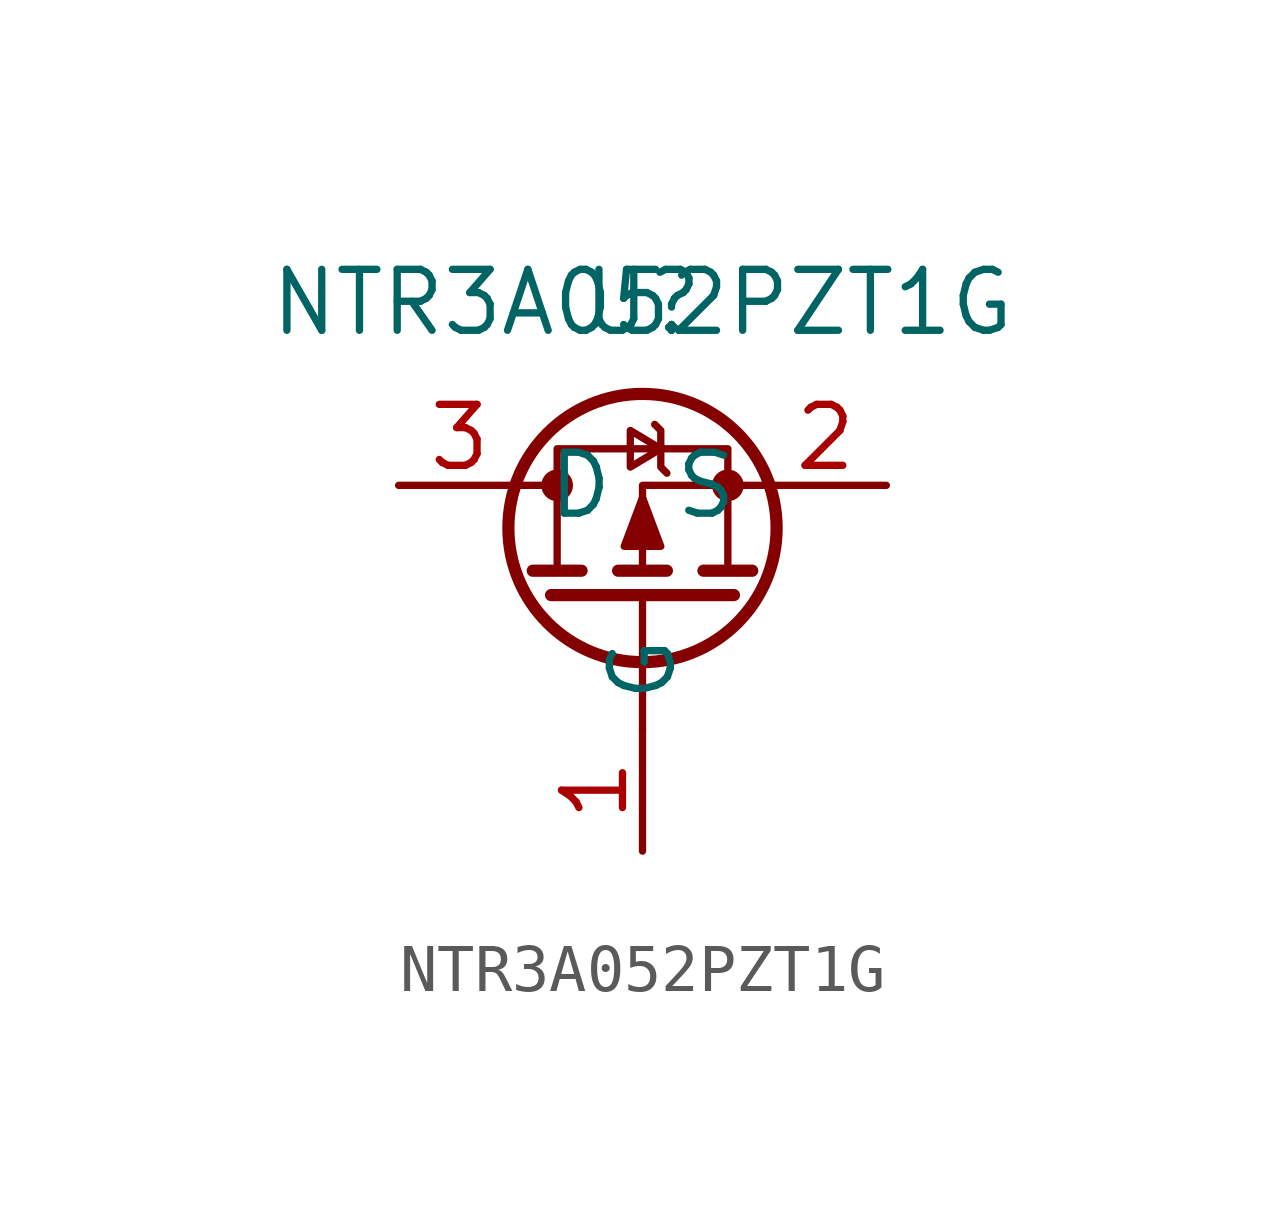
<source format=kicad_sym>
(kicad_symbol_lib
  (version 20211014)
  (generator kicad_symbol_editor)
  (symbol "NTR3A052PZT1G"
    (property "Reference" "U"
      (at 0 0 0)
      (effects (font (size 1.27 1.27))))
    (property "Value" "NTR3A052PZT1G"
      (at 0 0 0)
      (effects (font (size 1.27 1.27))))
    (symbol "NTR3A052PZT1G_0_1"
      (circle (center -1.778 -3.81) (radius 0.254) (stroke (width 0) (type default) (color 0 0 0 0)) (fill (type outline)))
      (circle (center 0 -4.699) (radius 2.794) (stroke (width 0.254) (type default) (color 0 0 0 0)) (fill (type none)))
      (polyline (pts (xy -2.54 -3.81) (xy -1.778 -3.81)) (stroke (width 0) (type default) (color 0 0 0 0)) (fill (type none)))
      (polyline (pts (xy -2.286 -5.588) (xy -1.27 -5.588)) (stroke (width 0.254) (type default) (color 0 0 0 0)) (fill (type none)))
      (polyline (pts (xy -1.905 -6.096) (xy 1.905 -6.096)) (stroke (width 0.254) (type default) (color 0 0 0 0)) (fill (type none)))
      (polyline (pts (xy -0.508 -5.588) (xy 0.508 -5.588)) (stroke (width 0.254) (type default) (color 0 0 0 0)) (fill (type none)))
      (polyline (pts (xy 0 -6.096) (xy 0 -8.89)) (stroke (width 0) (type default) (color 0 0 0 0)) (fill (type none)))
      (polyline (pts (xy 1.27 -5.588) (xy 2.286 -5.588)) (stroke (width 0.254) (type default) (color 0 0 0 0)) (fill (type none)))
      (polyline (pts (xy 2.54 -3.81) (xy 0 -3.81) (xy 0 -5.588)) (stroke (width 0) (type default) (color 0 0 0 0)) (fill (type none)))
      (polyline (pts (xy -1.778 -5.588) (xy -1.778 -3.048) (xy 1.778 -3.048) (xy 1.778 -5.588)) (stroke (width 0) (type default) (color 0 0 0 0)) (fill (type none)))
      (polyline (pts (xy 0 -4.064) (xy -0.381 -5.08) (xy 0.381 -5.08) (xy 0 -4.064)) (stroke (width 0) (type default) (color 0 0 0 0)) (fill (type outline)))
      (polyline (pts (xy 0.381 -3.048) (xy -0.254 -3.429) (xy -0.254 -2.667) (xy 0.381 -3.048)) (stroke (width 0) (type default) (color 0 0 0 0)) (fill (type none)))
      (polyline (pts (xy 0.508 -3.556) (xy 0.381 -3.429) (xy 0.381 -2.667) (xy 0.254 -2.54)) (stroke (width 0) (type default) (color 0 0 0 0)) (fill (type none)))
      (circle (center 1.778 -3.81) (radius 0.254) (stroke (width 0) (type default) (color 0 0 0 0)) (fill (type outline))))
    (symbol "NTR3A052PZT1G_1_1"
      (pin passive line (at 0 -11.43 90) (length 2.54) (name "G" (effects (font (size 1.27 1.27)))) (number "1" (effects (font (size 1.27 1.27)))))
      (pin passive line (at 5.08 -3.81 180) (length 2.54) (name "S" (effects (font (size 1.27 1.27)))) (number "2" (effects (font (size 1.27 1.27)))))
      (pin passive line (at -5.08 -3.81 0) (length 2.54) (name "D" (effects (font (size 1.27 1.27)))) (number "3" (effects (font (size 1.27 1.27))))))))
</source>
